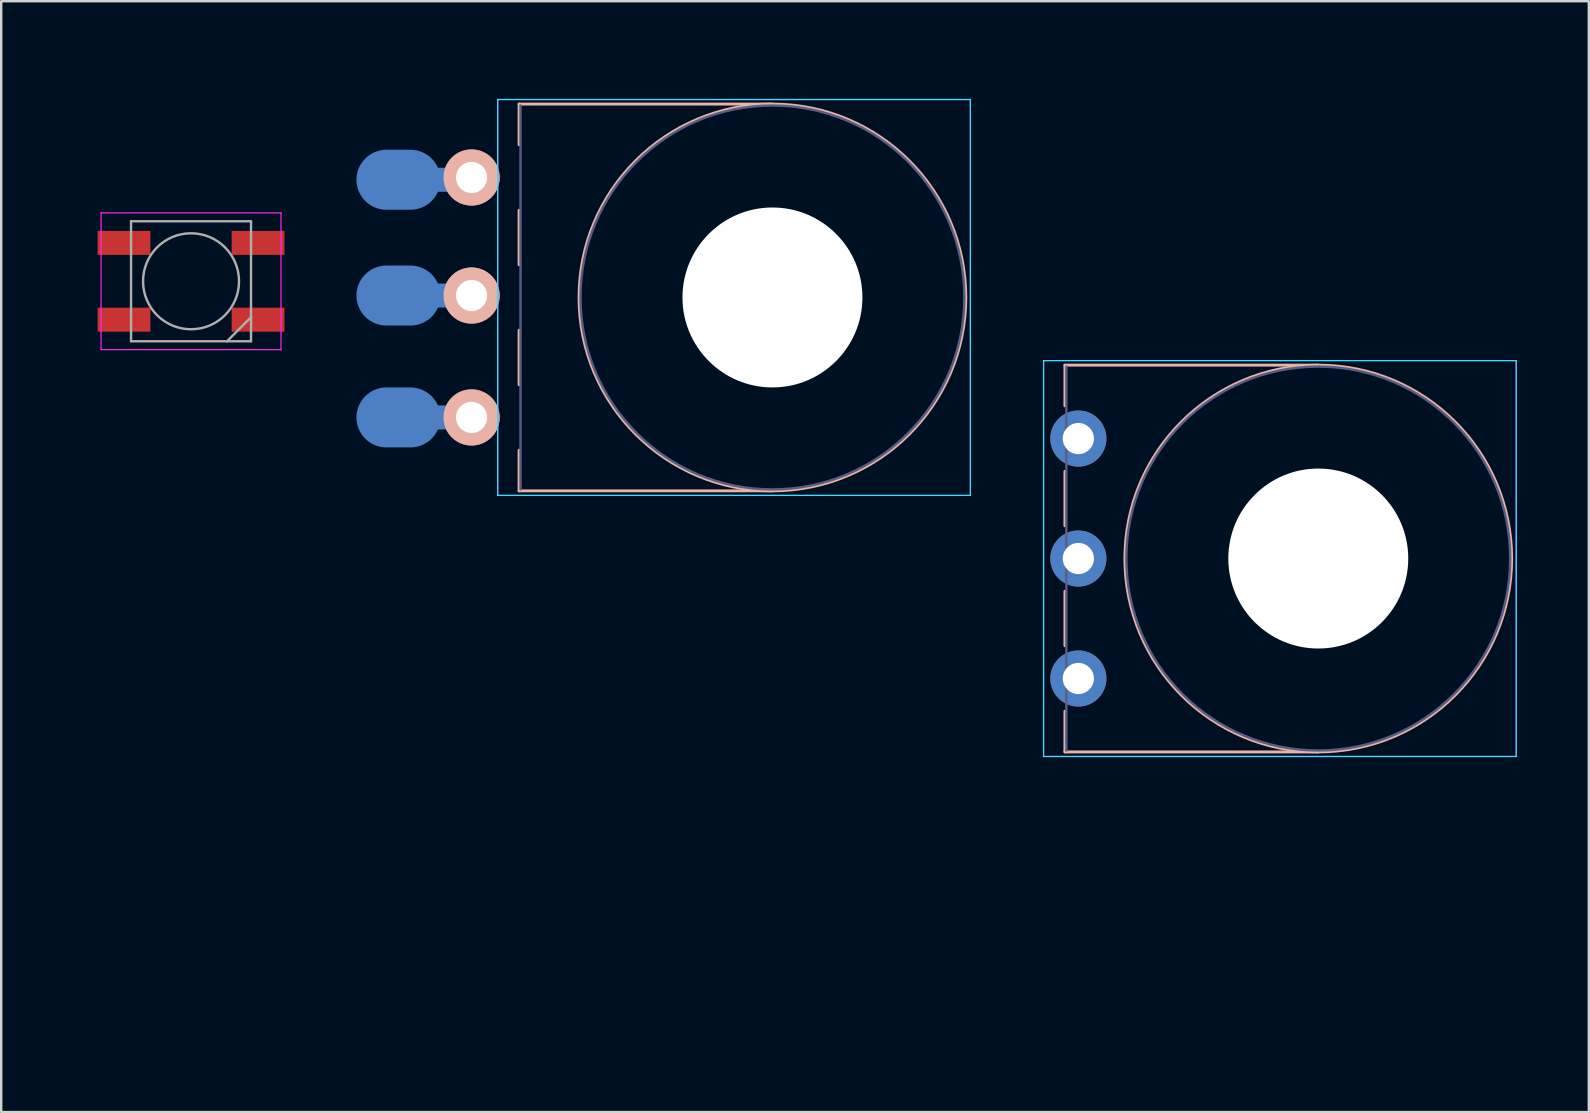
<source format=kicad_pcb>
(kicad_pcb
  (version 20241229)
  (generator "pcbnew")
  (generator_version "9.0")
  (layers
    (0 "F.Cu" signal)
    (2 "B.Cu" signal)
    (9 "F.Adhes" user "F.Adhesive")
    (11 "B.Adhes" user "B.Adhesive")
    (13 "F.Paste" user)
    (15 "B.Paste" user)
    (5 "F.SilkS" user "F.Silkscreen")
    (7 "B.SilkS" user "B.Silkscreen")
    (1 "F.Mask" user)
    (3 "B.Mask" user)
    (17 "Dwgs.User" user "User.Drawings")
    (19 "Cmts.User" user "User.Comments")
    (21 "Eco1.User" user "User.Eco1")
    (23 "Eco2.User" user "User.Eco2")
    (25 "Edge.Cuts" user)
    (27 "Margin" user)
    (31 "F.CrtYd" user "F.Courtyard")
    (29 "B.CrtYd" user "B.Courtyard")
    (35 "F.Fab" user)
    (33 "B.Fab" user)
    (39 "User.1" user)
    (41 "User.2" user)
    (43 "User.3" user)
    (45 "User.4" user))
  (footprint "Potentiometer_Piher_T16L_Single_Horizontal_MountLS"
    (layer "F.Cu")
    (at 41.894 25.229)
    (property "Reference" "Potentiometer_Piher_T16L_Single_Horizontal_MountLS" (at 15.24 -5.08 90) (layer "Eco2.User") (effects (font (size 1 1) (thickness 0.15))))
    (attr through_hole)
    (fp_line (start -0.56 -13.061) (end -0.56 -11.365) (stroke (width 0.12) (type solid)) (layer "B.SilkS"))
    (fp_line (start -0.56 -13.061) (end 10 -13.061) (stroke (width 0.12) (type solid)) (layer "B.SilkS"))
    (fp_line (start -0.56 -8.635) (end -0.56 -6.365) (stroke (width 0.12) (type solid)) (layer "B.SilkS"))
    (fp_line (start -0.56 -3.635) (end -0.56 -1.365) (stroke (width 0.12) (type solid)) (layer "B.SilkS"))
    (fp_line (start -0.56 1.365) (end -0.56 3.06) (stroke (width 0.12) (type solid)) (layer "B.SilkS"))
    (fp_line (start -0.56 3.06) (end 10 3.06) (stroke (width 0.12) (type solid)) (layer "B.SilkS"))
    (fp_circle (center 10 -5) (end 18.06 -5) (stroke (width 0.12) (type solid)) (fill no) (layer "B.SilkS"))
    (fp_line (start -1.45 -13.25) (end -1.45 3.25) (stroke (width 0.05) (type solid)) (layer "B.CrtYd"))
    (fp_line (start -1.45 3.25) (end 18.25 3.25) (stroke (width 0.05) (type solid)) (layer "B.CrtYd"))
    (fp_line (start 18.25 -13.25) (end -1.45 -13.25) (stroke (width 0.05) (type solid)) (layer "B.CrtYd"))
    (fp_line (start 18.25 3.25) (end 18.25 -13.25) (stroke (width 0.05) (type solid)) (layer "B.CrtYd"))
    (fp_line (start -1.45 -13.25) (end -1.45 3.25) (stroke (width 0.05) (type solid)) (layer "F.CrtYd"))
    (fp_line (start -1.45 3.25) (end 18.25 3.25) (stroke (width 0.05) (type solid)) (layer "F.CrtYd"))
    (fp_line (start 18.25 -13.25) (end -1.45 -13.25) (stroke (width 0.05) (type solid)) (layer "F.CrtYd"))
    (fp_line (start 18.25 3.25) (end 18.25 -13.25) (stroke (width 0.05) (type solid)) (layer "F.CrtYd"))
    (fp_line (start -0.5 -13) (end -0.5 3) (stroke (width 0.1) (type solid)) (layer "B.Fab"))
    (fp_circle (center 10 -5) (end 12 -5) (stroke (width 0.1) (type solid)) (fill no) (layer "B.Fab"))
    (fp_circle (center 10 -5) (end 13.5 -5) (stroke (width 0.1) (type solid)) (fill no) (layer "B.Fab"))
    (fp_circle (center 10 -5) (end 18 -5) (stroke (width 0.1) (type solid)) (fill no) (layer "B.Fab"))
    (pad "" np_thru_hole circle (at 10 -5) (size 7.5 7.5) (drill 7.5) (layers "*.Cu" "*.Mask"))
    (pad "1" thru_hole circle (at 0 0) (size 2.34 2.34) (drill 1.3) (layers "B.Cu" "B.Mask"))
    (pad "2" thru_hole circle (at 0 -5) (size 2.34 2.34) (drill 1.3) (layers "B.Cu" "B.Mask"))
    (pad "3" thru_hole circle (at 0 -10) (size 2.34 2.34) (drill 1.3) (layers "B.Cu" "B.Mask")))
  (footprint "Potentiometer_backPads"
    (layer "F.Cu")
    (at 19.144 14.348)
    (property "Reference" "Potentiometer_backPads" (at 15.24 -5.08 90) (layer "Eco2.User") (effects (font (size 1 1) (thickness 0.15))))
    (attr through_hole)
    (fp_line (start -0.56 -13.061) (end -0.56 -11.365) (stroke (width 0.12) (type solid)) (layer "B.SilkS"))
    (fp_line (start -0.56 -13.061) (end 10 -13.061) (stroke (width 0.12) (type solid)) (layer "B.SilkS"))
    (fp_line (start -0.56 -8.635) (end -0.56 -6.365) (stroke (width 0.12) (type solid)) (layer "B.SilkS"))
    (fp_line (start -0.56 -3.635) (end -0.56 -1.365) (stroke (width 0.12) (type solid)) (layer "B.SilkS"))
    (fp_line (start -0.56 1.365) (end -0.56 3.06) (stroke (width 0.12) (type solid)) (layer "B.SilkS"))
    (fp_line (start -0.56 3.06) (end 10 3.06) (stroke (width 0.12) (type solid)) (layer "B.SilkS"))
    (fp_circle (center 10 -5) (end 18.06 -5) (stroke (width 0.12) (type solid)) (fill no) (layer "B.SilkS"))
    (fp_line (start -1.45 -13.25) (end -1.45 3.25) (stroke (width 0.05) (type solid)) (layer "B.CrtYd"))
    (fp_line (start -1.45 3.25) (end 18.25 3.25) (stroke (width 0.05) (type solid)) (layer "B.CrtYd"))
    (fp_line (start 18.25 -13.25) (end -1.45 -13.25) (stroke (width 0.05) (type solid)) (layer "B.CrtYd"))
    (fp_line (start 18.25 3.25) (end 18.25 -13.25) (stroke (width 0.05) (type solid)) (layer "B.CrtYd"))
    (fp_line (start -1.45 -13.25) (end -1.45 3.25) (stroke (width 0.05) (type solid)) (layer "F.CrtYd"))
    (fp_line (start -1.45 3.25) (end 18.25 3.25) (stroke (width 0.05) (type solid)) (layer "F.CrtYd"))
    (fp_line (start 18.25 -13.25) (end -1.45 -13.25) (stroke (width 0.05) (type solid)) (layer "F.CrtYd"))
    (fp_line (start 18.25 3.25) (end 18.25 -13.25) (stroke (width 0.05) (type solid)) (layer "F.CrtYd"))
    (fp_line (start -0.5 -13) (end -0.5 3) (stroke (width 0.1) (type solid)) (layer "B.Fab"))
    (fp_circle (center 10 -5) (end 12 -5) (stroke (width 0.1) (type solid)) (fill no) (layer "B.Fab"))
    (fp_circle (center 10 -5) (end 13.5 -5) (stroke (width 0.1) (type solid)) (fill no) (layer "B.Fab"))
    (fp_circle (center 10 -5) (end 18 -5) (stroke (width 0.1) (type solid)) (fill no) (layer "B.Fab"))
    (pad "" smd oval (at -5.588 -9.906) (size 3.5 2.5) (layers "B.Cu" "B.Mask" "B.Paste"))
    (pad "" smd oval (at -5.588 -5.08) (size 3.5 2.5) (layers "B.Cu" "B.Mask" "B.Paste"))
    (pad "" smd oval (at -5.588 0) (size 3.5 2.5) (layers "B.Cu" "B.Mask" "B.Paste"))
    (pad "" smd rect (at -4.318 0) (size 3.5 1) (layers "B.Cu" "B.Mask" "B.Paste"))
    (pad "" smd rect (at -4.064 -9.906) (size 3.5 1) (layers "B.Cu" "B.Mask" "B.Paste"))
    (pad "" smd rect (at -4.064 -5.08) (size 3.5 1) (layers "B.Cu" "B.Mask" "B.Paste"))
    (pad "" np_thru_hole circle (at 10 -5) (size 7.5 7.5) (drill 7.5) (layers "*.Cu" "*.Mask"))
    (pad "1" thru_hole circle (at -2.54 0) (size 2.34 2.34) (drill 1.3) (layers "*.Cu" "B.Mask" "B.SilkS"))
    (pad "2" thru_hole circle (at -2.54 -5.08) (size 2.34 2.34) (drill 1.3) (layers "*.Cu" "B.Mask" "B.SilkS"))
    (pad "3" thru_hole circle (at -2.54 -10) (size 2.34 2.34) (drill 1.3) (layers "*.Cu" "B.Mask" "B.SilkS")))
  (footprint "Mixtape_NEO_WS2812B"
    (layer "F.Cu")
    (at 4.912 8.673)
    (property "Reference" "Mixtape_NEO_WS2812B" (at -4.064 0 90) (layer "Eco2.User") (effects (font (size 1 1) (thickness 0.15))))
    (attr smd)
    (fp_line (start -3.75 -2.85) (end -3.75 2.85) (stroke (width 0.05) (type solid)) (layer "F.CrtYd"))
    (fp_line (start -3.75 2.85) (end 3.75 2.85) (stroke (width 0.05) (type solid)) (layer "F.CrtYd"))
    (fp_line (start 3.75 -2.85) (end -3.75 -2.85) (stroke (width 0.05) (type solid)) (layer "F.CrtYd"))
    (fp_line (start 3.75 2.85) (end 3.75 -2.85) (stroke (width 0.05) (type solid)) (layer "F.CrtYd"))
    (fp_line (start -2.5 -2.5) (end -2.5 2.5) (stroke (width 0.1) (type solid)) (layer "F.Fab"))
    (fp_line (start -2.5 2.5) (end 2.5 2.5) (stroke (width 0.1) (type solid)) (layer "F.Fab"))
    (fp_line (start 2.5 -2.5) (end -2.5 -2.5) (stroke (width 0.1) (type solid)) (layer "F.Fab"))
    (fp_line (start 2.5 1.5) (end 1.5 2.5) (stroke (width 0.1) (type solid)) (layer "F.Fab"))
    (fp_line (start 2.5 2.5) (end 2.5 -2.5) (stroke (width 0.1) (type solid)) (layer "F.Fab"))
    (fp_circle (center 0 0) (end 0 -2) (stroke (width 0.1) (type solid)) (fill no) (layer "F.Fab"))
    (pad "1" smd rect (at -2.794 -1.6) (size 2.2 1) (layers "F.Cu" "F.Mask" "F.Paste"))
    (pad "2" smd rect (at -2.794 1.6) (size 2.2 1) (layers "F.Cu" "F.Mask" "F.Paste"))
    (pad "3" smd rect (at 2.794 1.6) (size 2.2 1) (layers "F.Cu" "F.Mask" "F.Paste"))
    (pad "4" smd rect (at 2.794 -1.6) (size 2.2 1) (layers "F.Cu" "F.Mask" "F.Paste")))
  (gr_rect
    (start -3 -3)
    (end 63.169 43.298)
    (stroke (width 0.1) (type default))
    (fill no)
    (layer "Edge.Cuts")))
</source>
